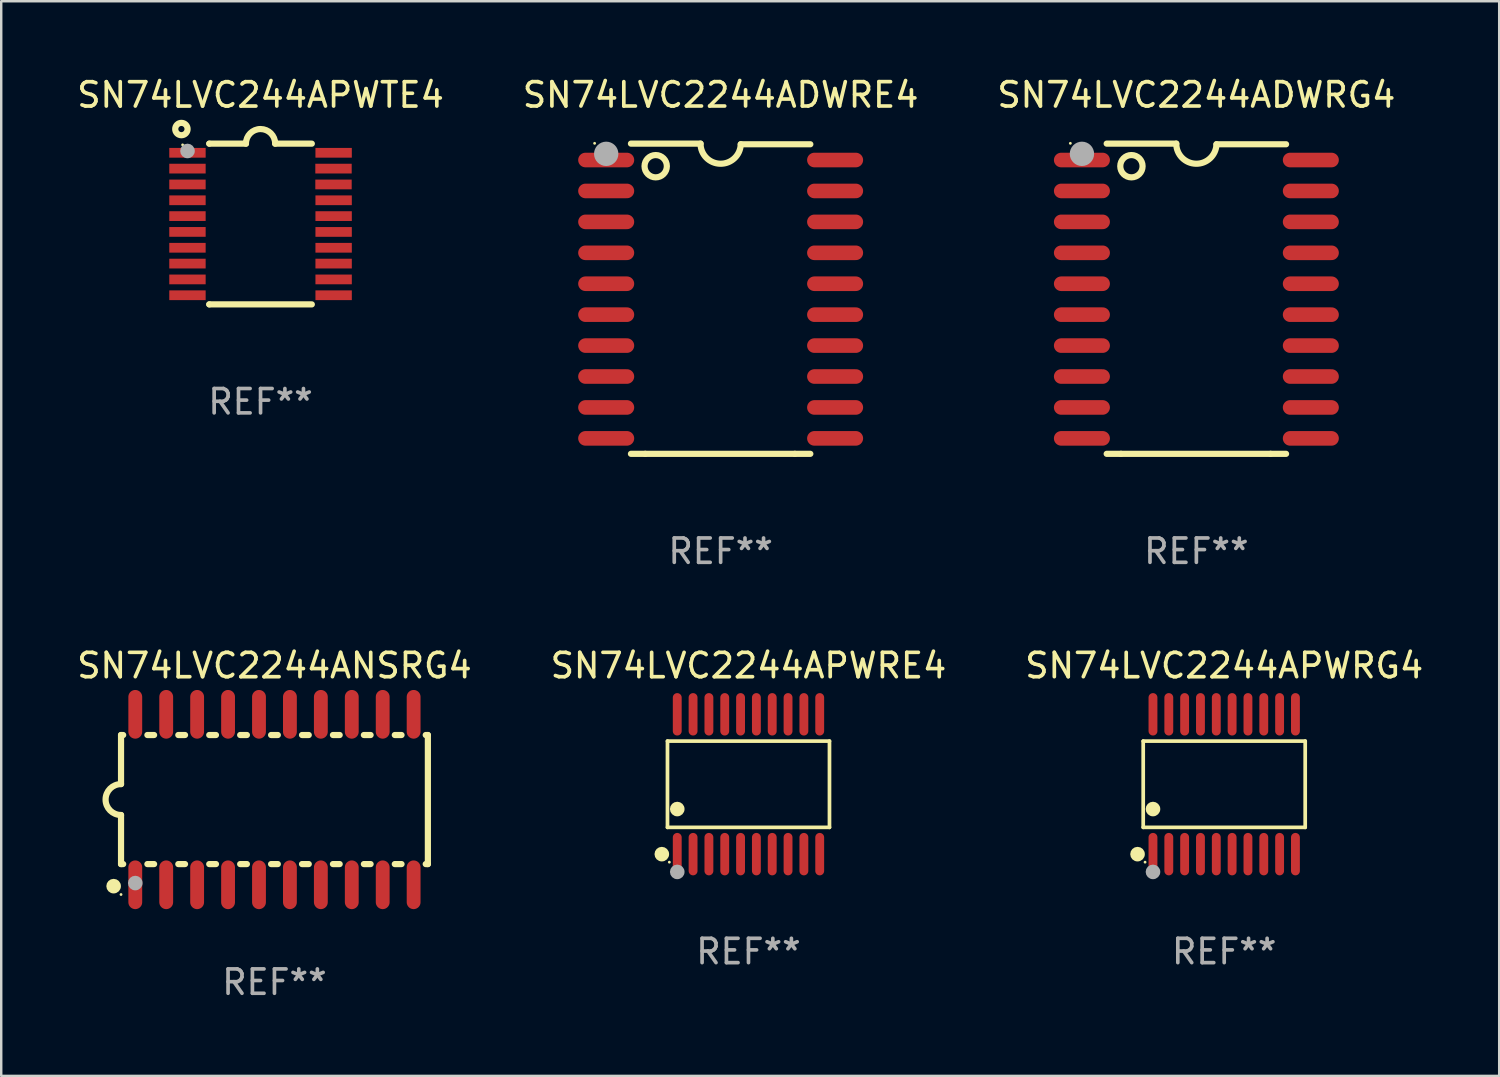
<source format=kicad_pcb>
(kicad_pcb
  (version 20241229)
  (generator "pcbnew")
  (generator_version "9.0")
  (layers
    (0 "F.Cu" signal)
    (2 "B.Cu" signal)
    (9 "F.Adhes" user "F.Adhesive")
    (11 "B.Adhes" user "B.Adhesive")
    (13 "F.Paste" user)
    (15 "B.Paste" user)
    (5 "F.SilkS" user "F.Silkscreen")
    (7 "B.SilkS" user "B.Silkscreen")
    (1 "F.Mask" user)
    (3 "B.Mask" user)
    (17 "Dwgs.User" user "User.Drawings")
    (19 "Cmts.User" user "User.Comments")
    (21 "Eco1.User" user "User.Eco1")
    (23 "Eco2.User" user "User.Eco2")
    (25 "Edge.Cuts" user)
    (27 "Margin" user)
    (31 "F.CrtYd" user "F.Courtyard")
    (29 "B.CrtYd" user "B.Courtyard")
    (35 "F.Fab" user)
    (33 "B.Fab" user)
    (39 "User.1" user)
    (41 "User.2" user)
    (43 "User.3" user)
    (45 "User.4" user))
  (footprint "SN74LVC2244APWRG4"
    (layer "F.Cu")
    (at 47.22 29.153)
    (property "Reference" "SN74LVC2244APWRG4" (at 0 -4.871 0) (layer "F.SilkS") (effects (font (size 1 1) (thickness 0.15))))
    (attr through_hole)
    (fp_line (start -3.326 -1.771) (end 3.326 -1.771) (stroke (width 0.152) (type solid)) (layer "F.SilkS"))
    (fp_line (start -3.326 1.771) (end -3.326 -1.771) (stroke (width 0.152) (type solid)) (layer "F.SilkS"))
    (fp_line (start 3.326 -1.771) (end 3.326 1.771) (stroke (width 0.152) (type solid)) (layer "F.SilkS"))
    (fp_line (start 3.326 1.771) (end -3.326 1.771) (stroke (width 0.152) (type solid)) (layer "F.SilkS"))
    (fp_circle (center -3.559 2.871) (end -3.409 2.871) (stroke (width 0.3) (type solid)) (fill no) (layer "F.SilkS"))
    (fp_circle (center -3.25 3.2) (end -3.22 3.2) (stroke (width 0.06) (type solid)) (fill no) (layer "F.SilkS"))
    (fp_circle (center -2.925 1.019) (end -2.775 1.019) (stroke (width 0.3) (type solid)) (fill no) (layer "F.SilkS"))
    (fp_circle (center -2.925 3.6) (end -2.775 3.6) (stroke (width 0.3) (type solid)) (fill no) (layer "F.Fab"))
    (fp_text user "REF**" (at 0 6.871 0) (layer "F.Fab") (effects (font (size 1 1) (thickness 0.15))))
    (pad "1" smd oval (at -2.925 2.871) (size 0.364 1.742) (layers "F.Cu" "F.Mask" "F.Paste"))
    (pad "2" smd oval (at -2.275 2.871) (size 0.364 1.742) (layers "F.Cu" "F.Mask" "F.Paste"))
    (pad "3" smd oval (at -1.625 2.871) (size 0.364 1.742) (layers "F.Cu" "F.Mask" "F.Paste"))
    (pad "4" smd oval (at -0.975 2.871) (size 0.364 1.742) (layers "F.Cu" "F.Mask" "F.Paste"))
    (pad "5" smd oval (at -0.325 2.871) (size 0.364 1.742) (layers "F.Cu" "F.Mask" "F.Paste"))
    (pad "6" smd oval (at 0.325 2.871) (size 0.364 1.742) (layers "F.Cu" "F.Mask" "F.Paste"))
    (pad "7" smd oval (at 0.975 2.871) (size 0.364 1.742) (layers "F.Cu" "F.Mask" "F.Paste"))
    (pad "8" smd oval (at 1.625 2.871) (size 0.364 1.742) (layers "F.Cu" "F.Mask" "F.Paste"))
    (pad "9" smd oval (at 2.275 2.871) (size 0.364 1.742) (layers "F.Cu" "F.Mask" "F.Paste"))
    (pad "10" smd oval (at 2.925 2.871) (size 0.364 1.742) (layers "F.Cu" "F.Mask" "F.Paste"))
    (pad "11" smd oval (at 2.925 -2.871) (size 0.364 1.742) (layers "F.Cu" "F.Mask" "F.Paste"))
    (pad "12" smd oval (at 2.275 -2.871) (size 0.364 1.742) (layers "F.Cu" "F.Mask" "F.Paste"))
    (pad "13" smd oval (at 1.625 -2.871) (size 0.364 1.742) (layers "F.Cu" "F.Mask" "F.Paste"))
    (pad "14" smd oval (at 0.975 -2.871) (size 0.364 1.742) (layers "F.Cu" "F.Mask" "F.Paste"))
    (pad "15" smd oval (at 0.325 -2.871) (size 0.364 1.742) (layers "F.Cu" "F.Mask" "F.Paste"))
    (pad "16" smd oval (at -0.325 -2.871) (size 0.364 1.742) (layers "F.Cu" "F.Mask" "F.Paste"))
    (pad "17" smd oval (at -0.975 -2.871) (size 0.364 1.742) (layers "F.Cu" "F.Mask" "F.Paste"))
    (pad "18" smd oval (at -1.625 -2.871) (size 0.364 1.742) (layers "F.Cu" "F.Mask" "F.Paste"))
    (pad "19" smd oval (at -2.275 -2.871) (size 0.364 1.742) (layers "F.Cu" "F.Mask" "F.Paste"))
    (pad "20" smd oval (at -2.925 -2.871) (size 0.364 1.742) (layers "F.Cu" "F.Mask" "F.Paste")))
  (footprint "SN74LVC2244ADWRG4"
    (layer "F.Cu")
    (at 46.077 9.217)
    (property "Reference" "SN74LVC2244ADWRG4" (at 0 -8.369 0) (layer "F.SilkS") (effects (font (size 1 1) (thickness 0.15))))
    (attr through_hole)
    (fp_line (start -3.096 6.369) (end -3.683 6.369) (stroke (width 0.254) (type solid)) (layer "F.SilkS"))
    (fp_line (start -0.825 -6.369) (end -3.683 -6.369) (stroke (width 0.254) (type solid)) (layer "F.SilkS"))
    (fp_line (start 0.826 -6.343) (end 3.683 -6.343) (stroke (width 0.254) (type solid)) (layer "F.SilkS"))
    (fp_line (start 3.048 6.369) (end -3.096 6.369) (stroke (width 0.254) (type solid)) (layer "F.SilkS"))
    (fp_line (start 3.048 6.369) (end 3.683 6.369) (stroke (width 0.254) (type solid)) (layer "F.SilkS"))
    (fp_arc (start 0.825527 -6.343129) (mid -0.012478 -5.543126) (end -0.825476 -6.36853) (stroke (width 0.254001) (type solid)) (layer "F.SilkS"))
    (fp_circle (center -5.175 -6.382) (end -5.145 -6.382) (stroke (width 0.06) (type solid)) (fill no) (layer "F.SilkS"))
    (fp_circle (center -2.667 -5.442) (end -2.209 -5.442) (stroke (width 0.254) (type solid)) (fill no) (layer "F.SilkS"))
    (fp_circle (center -4.699 -5.95) (end -4.449 -5.95) (stroke (width 0.5) (type solid)) (fill no) (layer "F.Fab"))
    (fp_text user "REF**" (at 0 10.369 0) (layer "F.Fab") (effects (font (size 1 1) (thickness 0.15))))
    (pad "1" smd oval (at -4.7 -5.696 90) (size 0.6 2.3) (layers "F.Cu" "F.Mask" "F.Paste"))
    (pad "2" smd oval (at -4.7 -4.426 90) (size 0.6 2.3) (layers "F.Cu" "F.Mask" "F.Paste"))
    (pad "3" smd oval (at -4.7 -3.156 90) (size 0.6 2.3) (layers "F.Cu" "F.Mask" "F.Paste"))
    (pad "4" smd oval (at -4.7 -1.886 90) (size 0.6 2.3) (layers "F.Cu" "F.Mask" "F.Paste"))
    (pad "5" smd oval (at -4.7 -0.616 90) (size 0.6 2.3) (layers "F.Cu" "F.Mask" "F.Paste"))
    (pad "6" smd oval (at -4.7 0.654 90) (size 0.6 2.3) (layers "F.Cu" "F.Mask" "F.Paste"))
    (pad "7" smd oval (at -4.7 1.924 90) (size 0.6 2.3) (layers "F.Cu" "F.Mask" "F.Paste"))
    (pad "8" smd oval (at -4.7 3.194 90) (size 0.6 2.3) (layers "F.Cu" "F.Mask" "F.Paste"))
    (pad "9" smd oval (at -4.7 4.464 90) (size 0.6 2.3) (layers "F.Cu" "F.Mask" "F.Paste"))
    (pad "10" smd oval (at -4.7 5.734 90) (size 0.6 2.3) (layers "F.Cu" "F.Mask" "F.Paste"))
    (pad "11" smd oval (at 4.7 5.734 90) (size 0.6 2.3) (layers "F.Cu" "F.Mask" "F.Paste"))
    (pad "12" smd oval (at 4.7 4.464 90) (size 0.6 2.3) (layers "F.Cu" "F.Mask" "F.Paste"))
    (pad "13" smd oval (at 4.7 3.194 90) (size 0.6 2.3) (layers "F.Cu" "F.Mask" "F.Paste"))
    (pad "14" smd oval (at 4.7 1.924 90) (size 0.6 2.3) (layers "F.Cu" "F.Mask" "F.Paste"))
    (pad "15" smd oval (at 4.7 0.654 90) (size 0.6 2.3) (layers "F.Cu" "F.Mask" "F.Paste"))
    (pad "16" smd oval (at 4.7 -0.616 90) (size 0.6 2.3) (layers "F.Cu" "F.Mask" "F.Paste"))
    (pad "17" smd oval (at 4.7 -1.886 90) (size 0.6 2.3) (layers "F.Cu" "F.Mask" "F.Paste"))
    (pad "18" smd oval (at 4.7 -3.156 90) (size 0.6 2.3) (layers "F.Cu" "F.Mask" "F.Paste"))
    (pad "19" smd oval (at 4.7 -4.426 90) (size 0.6 2.3) (layers "F.Cu" "F.Mask" "F.Paste"))
    (pad "20" smd oval (at 4.7 -5.696 90) (size 0.6 2.3) (layers "F.Cu" "F.Mask" "F.Paste")))
  (footprint "SN74LVC2244ADWRE4"
    (layer "F.Cu")
    (at 26.542 9.217)
    (property "Reference" "SN74LVC2244ADWRE4" (at 0 -8.369 0) (layer "F.SilkS") (effects (font (size 1 1) (thickness 0.15))))
    (attr through_hole)
    (fp_line (start -3.096 6.369) (end -3.683 6.369) (stroke (width 0.254) (type solid)) (layer "F.SilkS"))
    (fp_line (start -0.825 -6.369) (end -3.683 -6.369) (stroke (width 0.254) (type solid)) (layer "F.SilkS"))
    (fp_line (start 0.826 -6.343) (end 3.683 -6.343) (stroke (width 0.254) (type solid)) (layer "F.SilkS"))
    (fp_line (start 3.048 6.369) (end -3.096 6.369) (stroke (width 0.254) (type solid)) (layer "F.SilkS"))
    (fp_line (start 3.048 6.369) (end 3.683 6.369) (stroke (width 0.254) (type solid)) (layer "F.SilkS"))
    (fp_arc (start 0.825527 -6.343129) (mid -0.012478 -5.543126) (end -0.825476 -6.36853) (stroke (width 0.254001) (type solid)) (layer "F.SilkS"))
    (fp_circle (center -5.175 -6.382) (end -5.145 -6.382) (stroke (width 0.06) (type solid)) (fill no) (layer "F.SilkS"))
    (fp_circle (center -2.667 -5.442) (end -2.209 -5.442) (stroke (width 0.254) (type solid)) (fill no) (layer "F.SilkS"))
    (fp_circle (center -4.699 -5.95) (end -4.449 -5.95) (stroke (width 0.5) (type solid)) (fill no) (layer "F.Fab"))
    (fp_text user "REF**" (at 0 10.369 0) (layer "F.Fab") (effects (font (size 1 1) (thickness 0.15))))
    (pad "1" smd oval (at -4.7 -5.696 90) (size 0.6 2.3) (layers "F.Cu" "F.Mask" "F.Paste"))
    (pad "2" smd oval (at -4.7 -4.426 90) (size 0.6 2.3) (layers "F.Cu" "F.Mask" "F.Paste"))
    (pad "3" smd oval (at -4.7 -3.156 90) (size 0.6 2.3) (layers "F.Cu" "F.Mask" "F.Paste"))
    (pad "4" smd oval (at -4.7 -1.886 90) (size 0.6 2.3) (layers "F.Cu" "F.Mask" "F.Paste"))
    (pad "5" smd oval (at -4.7 -0.616 90) (size 0.6 2.3) (layers "F.Cu" "F.Mask" "F.Paste"))
    (pad "6" smd oval (at -4.7 0.654 90) (size 0.6 2.3) (layers "F.Cu" "F.Mask" "F.Paste"))
    (pad "7" smd oval (at -4.7 1.924 90) (size 0.6 2.3) (layers "F.Cu" "F.Mask" "F.Paste"))
    (pad "8" smd oval (at -4.7 3.194 90) (size 0.6 2.3) (layers "F.Cu" "F.Mask" "F.Paste"))
    (pad "9" smd oval (at -4.7 4.464 90) (size 0.6 2.3) (layers "F.Cu" "F.Mask" "F.Paste"))
    (pad "10" smd oval (at -4.7 5.734 90) (size 0.6 2.3) (layers "F.Cu" "F.Mask" "F.Paste"))
    (pad "11" smd oval (at 4.7 5.734 90) (size 0.6 2.3) (layers "F.Cu" "F.Mask" "F.Paste"))
    (pad "12" smd oval (at 4.7 4.464 90) (size 0.6 2.3) (layers "F.Cu" "F.Mask" "F.Paste"))
    (pad "13" smd oval (at 4.7 3.194 90) (size 0.6 2.3) (layers "F.Cu" "F.Mask" "F.Paste"))
    (pad "14" smd oval (at 4.7 1.924 90) (size 0.6 2.3) (layers "F.Cu" "F.Mask" "F.Paste"))
    (pad "15" smd oval (at 4.7 0.654 90) (size 0.6 2.3) (layers "F.Cu" "F.Mask" "F.Paste"))
    (pad "16" smd oval (at 4.7 -0.616 90) (size 0.6 2.3) (layers "F.Cu" "F.Mask" "F.Paste"))
    (pad "17" smd oval (at 4.7 -1.886 90) (size 0.6 2.3) (layers "F.Cu" "F.Mask" "F.Paste"))
    (pad "18" smd oval (at 4.7 -3.156 90) (size 0.6 2.3) (layers "F.Cu" "F.Mask" "F.Paste"))
    (pad "19" smd oval (at 4.7 -4.426 90) (size 0.6 2.3) (layers "F.Cu" "F.Mask" "F.Paste"))
    (pad "20" smd oval (at 4.7 -5.696 90) (size 0.6 2.3) (layers "F.Cu" "F.Mask" "F.Paste")))
  (footprint "SN74LVC2244APWRE4"
    (layer "F.Cu")
    (at 27.685 29.153)
    (property "Reference" "SN74LVC2244APWRE4" (at 0 -4.871 0) (layer "F.SilkS") (effects (font (size 1 1) (thickness 0.15))))
    (attr through_hole)
    (fp_line (start -3.326 -1.771) (end 3.326 -1.771) (stroke (width 0.152) (type solid)) (layer "F.SilkS"))
    (fp_line (start -3.326 1.771) (end -3.326 -1.771) (stroke (width 0.152) (type solid)) (layer "F.SilkS"))
    (fp_line (start 3.326 -1.771) (end 3.326 1.771) (stroke (width 0.152) (type solid)) (layer "F.SilkS"))
    (fp_line (start 3.326 1.771) (end -3.326 1.771) (stroke (width 0.152) (type solid)) (layer "F.SilkS"))
    (fp_circle (center -3.559 2.871) (end -3.409 2.871) (stroke (width 0.3) (type solid)) (fill no) (layer "F.SilkS"))
    (fp_circle (center -3.25 3.2) (end -3.22 3.2) (stroke (width 0.06) (type solid)) (fill no) (layer "F.SilkS"))
    (fp_circle (center -2.925 1.019) (end -2.775 1.019) (stroke (width 0.3) (type solid)) (fill no) (layer "F.SilkS"))
    (fp_circle (center -2.925 3.6) (end -2.775 3.6) (stroke (width 0.3) (type solid)) (fill no) (layer "F.Fab"))
    (fp_text user "REF**" (at 0 6.871 0) (layer "F.Fab") (effects (font (size 1 1) (thickness 0.15))))
    (pad "1" smd oval (at -2.925 2.871) (size 0.364 1.742) (layers "F.Cu" "F.Mask" "F.Paste"))
    (pad "2" smd oval (at -2.275 2.871) (size 0.364 1.742) (layers "F.Cu" "F.Mask" "F.Paste"))
    (pad "3" smd oval (at -1.625 2.871) (size 0.364 1.742) (layers "F.Cu" "F.Mask" "F.Paste"))
    (pad "4" smd oval (at -0.975 2.871) (size 0.364 1.742) (layers "F.Cu" "F.Mask" "F.Paste"))
    (pad "5" smd oval (at -0.325 2.871) (size 0.364 1.742) (layers "F.Cu" "F.Mask" "F.Paste"))
    (pad "6" smd oval (at 0.325 2.871) (size 0.364 1.742) (layers "F.Cu" "F.Mask" "F.Paste"))
    (pad "7" smd oval (at 0.975 2.871) (size 0.364 1.742) (layers "F.Cu" "F.Mask" "F.Paste"))
    (pad "8" smd oval (at 1.625 2.871) (size 0.364 1.742) (layers "F.Cu" "F.Mask" "F.Paste"))
    (pad "9" smd oval (at 2.275 2.871) (size 0.364 1.742) (layers "F.Cu" "F.Mask" "F.Paste"))
    (pad "10" smd oval (at 2.925 2.871) (size 0.364 1.742) (layers "F.Cu" "F.Mask" "F.Paste"))
    (pad "11" smd oval (at 2.925 -2.871) (size 0.364 1.742) (layers "F.Cu" "F.Mask" "F.Paste"))
    (pad "12" smd oval (at 2.275 -2.871) (size 0.364 1.742) (layers "F.Cu" "F.Mask" "F.Paste"))
    (pad "13" smd oval (at 1.625 -2.871) (size 0.364 1.742) (layers "F.Cu" "F.Mask" "F.Paste"))
    (pad "14" smd oval (at 0.975 -2.871) (size 0.364 1.742) (layers "F.Cu" "F.Mask" "F.Paste"))
    (pad "15" smd oval (at 0.325 -2.871) (size 0.364 1.742) (layers "F.Cu" "F.Mask" "F.Paste"))
    (pad "16" smd oval (at -0.325 -2.871) (size 0.364 1.742) (layers "F.Cu" "F.Mask" "F.Paste"))
    (pad "17" smd oval (at -0.975 -2.871) (size 0.364 1.742) (layers "F.Cu" "F.Mask" "F.Paste"))
    (pad "18" smd oval (at -1.625 -2.871) (size 0.364 1.742) (layers "F.Cu" "F.Mask" "F.Paste"))
    (pad "19" smd oval (at -2.275 -2.871) (size 0.364 1.742) (layers "F.Cu" "F.Mask" "F.Paste"))
    (pad "20" smd oval (at -2.925 -2.871) (size 0.364 1.742) (layers "F.Cu" "F.Mask" "F.Paste")))
  (footprint "SN74LVC244APWTE4"
    (layer "F.Cu")
    (at 7.649 6.149)
    (property "Reference" "SN74LVC244APWTE4" (at 0 -5.3 0) (layer "F.SilkS") (effects (font (size 1 1) (thickness 0.15))))
    (attr through_hole)
    (fp_line (start -2.105 -3.3) (end -2.105 -3.3) (stroke (width 0.254) (type solid)) (layer "F.SilkS"))
    (fp_line (start -2.105 -3.3) (end -0.6 -3.3) (stroke (width 0.254) (type solid)) (layer "F.SilkS"))
    (fp_line (start -2.105 3.3) (end -2.105 3.3) (stroke (width 0.254) (type solid)) (layer "F.SilkS"))
    (fp_line (start 0.6 -3.3) (end 2.105 -3.3) (stroke (width 0.254) (type solid)) (layer "F.SilkS"))
    (fp_line (start 2.105 3.3) (end -2.105 3.3) (stroke (width 0.254) (type solid)) (layer "F.SilkS"))
    (fp_arc (start -0.599924 -3.300026) (mid 0.000114 -3.897415) (end 0.600152 -3.300025) (stroke (width 0.254001) (type solid)) (layer "F.SilkS"))
    (fp_circle (center -3.25 -3.9) (end -2.996 -3.9) (stroke (width 0.254) (type solid)) (fill no) (layer "F.SilkS"))
    (fp_circle (center -3.2 -3.25) (end -3.17 -3.25) (stroke (width 0.06) (type solid)) (fill no) (layer "F.SilkS"))
    (fp_circle (center -3 -3) (end -2.85 -3) (stroke (width 0.3) (type solid)) (fill no) (layer "F.Fab"))
    (fp_text user "REF**" (at 0 7.3 0) (layer "F.Fab") (effects (font (size 1 1) (thickness 0.15))))
    (pad "1" smd rect (at -3.001 -2.925 270) (size 0.4 1.494) (layers "F.Cu" "F.Mask" "F.Paste"))
    (pad "2" smd rect (at -3.001 -2.275 270) (size 0.4 1.494) (layers "F.Cu" "F.Mask" "F.Paste"))
    (pad "3" smd rect (at -3.001 -1.625 270) (size 0.4 1.494) (layers "F.Cu" "F.Mask" "F.Paste"))
    (pad "4" smd rect (at -3.001 -0.975 270) (size 0.4 1.494) (layers "F.Cu" "F.Mask" "F.Paste"))
    (pad "5" smd rect (at -3.001 -0.325 270) (size 0.4 1.494) (layers "F.Cu" "F.Mask" "F.Paste"))
    (pad "6" smd rect (at -3.001 0.324 270) (size 0.4 1.494) (layers "F.Cu" "F.Mask" "F.Paste"))
    (pad "7" smd rect (at -3.001 0.975 270) (size 0.4 1.494) (layers "F.Cu" "F.Mask" "F.Paste"))
    (pad "8" smd rect (at -3.001 1.625 270) (size 0.4 1.494) (layers "F.Cu" "F.Mask" "F.Paste"))
    (pad "9" smd rect (at -3.001 2.275 270) (size 0.4 1.494) (layers "F.Cu" "F.Mask" "F.Paste"))
    (pad "10" smd rect (at -3.001 2.925 270) (size 0.4 1.494) (layers "F.Cu" "F.Mask" "F.Paste"))
    (pad "11" smd rect (at 3.001 2.925 270) (size 0.4 1.494) (layers "F.Cu" "F.Mask" "F.Paste"))
    (pad "12" smd rect (at 3.001 2.275 270) (size 0.4 1.494) (layers "F.Cu" "F.Mask" "F.Paste"))
    (pad "13" smd rect (at 3.001 1.625 270) (size 0.4 1.494) (layers "F.Cu" "F.Mask" "F.Paste"))
    (pad "14" smd rect (at 3.001 0.975 270) (size 0.4 1.494) (layers "F.Cu" "F.Mask" "F.Paste"))
    (pad "15" smd rect (at 3.001 0.325 270) (size 0.4 1.494) (layers "F.Cu" "F.Mask" "F.Paste"))
    (pad "16" smd rect (at 3.001 -0.325 270) (size 0.4 1.494) (layers "F.Cu" "F.Mask" "F.Paste"))
    (pad "17" smd rect (at 3.001 -0.975 270) (size 0.4 1.494) (layers "F.Cu" "F.Mask" "F.Paste"))
    (pad "18" smd rect (at 2.996 -1.625 270) (size 0.4 1.494) (layers "F.Cu" "F.Mask" "F.Paste"))
    (pad "19" smd rect (at 2.996 -2.275 270) (size 0.4 1.494) (layers "F.Cu" "F.Mask" "F.Paste"))
    (pad "20" smd rect (at 3.001 -2.925 270) (size 0.4 1.494) (layers "F.Cu" "F.Mask" "F.Paste")))
  (footprint "SN74LVC2244ANSRG4"
    (layer "F.Cu")
    (at 8.22 29.782)
    (property "Reference" "SN74LVC2244ANSRG4" (at 0 -5.5 0) (layer "F.SilkS") (effects (font (size 1 1) (thickness 0.15))))
    (attr through_hole)
    (fp_line (start -6.3 -2.65) (end -6.3 -0.635) (stroke (width 0.254) (type solid)) (layer "F.SilkS"))
    (fp_line (start -6.3 -2.65) (end -6.212 -2.65) (stroke (width 0.254) (type solid)) (layer "F.SilkS"))
    (fp_line (start -6.3 2.65) (end -6.3 0.635) (stroke (width 0.254) (type solid)) (layer "F.SilkS"))
    (fp_line (start -6.3 2.65) (end -6.212 2.65) (stroke (width 0.254) (type solid)) (layer "F.SilkS"))
    (fp_line (start -5.218 -2.65) (end -4.942 -2.65) (stroke (width 0.254) (type solid)) (layer "F.SilkS"))
    (fp_line (start -5.218 2.65) (end -4.942 2.65) (stroke (width 0.254) (type solid)) (layer "F.SilkS"))
    (fp_line (start -3.948 -2.65) (end -3.672 -2.65) (stroke (width 0.254) (type solid)) (layer "F.SilkS"))
    (fp_line (start -3.948 2.65) (end -3.672 2.65) (stroke (width 0.254) (type solid)) (layer "F.SilkS"))
    (fp_line (start -2.678 -2.65) (end -2.402 -2.65) (stroke (width 0.254) (type solid)) (layer "F.SilkS"))
    (fp_line (start -2.678 2.65) (end -2.402 2.65) (stroke (width 0.254) (type solid)) (layer "F.SilkS"))
    (fp_line (start -1.408 -2.65) (end -1.132 -2.65) (stroke (width 0.254) (type solid)) (layer "F.SilkS"))
    (fp_line (start -1.408 2.65) (end -1.132 2.65) (stroke (width 0.254) (type solid)) (layer "F.SilkS"))
    (fp_line (start -0.138 -2.65) (end 0.138 -2.65) (stroke (width 0.254) (type solid)) (layer "F.SilkS"))
    (fp_line (start -0.138 2.65) (end 0.138 2.65) (stroke (width 0.254) (type solid)) (layer "F.SilkS"))
    (fp_line (start 1.132 -2.65) (end 1.408 -2.65) (stroke (width 0.254) (type solid)) (layer "F.SilkS"))
    (fp_line (start 1.132 2.65) (end 1.408 2.65) (stroke (width 0.254) (type solid)) (layer "F.SilkS"))
    (fp_line (start 2.402 -2.65) (end 2.678 -2.65) (stroke (width 0.254) (type solid)) (layer "F.SilkS"))
    (fp_line (start 2.402 2.65) (end 2.678 2.65) (stroke (width 0.254) (type solid)) (layer "F.SilkS"))
    (fp_line (start 3.672 -2.65) (end 3.948 -2.65) (stroke (width 0.254) (type solid)) (layer "F.SilkS"))
    (fp_line (start 3.672 2.65) (end 3.948 2.65) (stroke (width 0.254) (type solid)) (layer "F.SilkS"))
    (fp_line (start 4.942 -2.65) (end 5.218 -2.65) (stroke (width 0.254) (type solid)) (layer "F.SilkS"))
    (fp_line (start 4.942 2.65) (end 5.218 2.65) (stroke (width 0.254) (type solid)) (layer "F.SilkS"))
    (fp_line (start 6.212 -2.65) (end 6.3 -2.65) (stroke (width 0.254) (type solid)) (layer "F.SilkS"))
    (fp_line (start 6.212 2.65) (end 6.3 2.65) (stroke (width 0.254) (type solid)) (layer "F.SilkS"))
    (fp_line (start 6.3 -2.65) (end 6.3 2.65) (stroke (width 0.254) (type solid)) (layer "F.SilkS"))
    (fp_arc (start -6.299975 0.634874) (mid -6.933579 0.000127) (end -6.299213 -0.633858) (stroke (width 0.254001) (type solid)) (layer "F.SilkS"))
    (fp_circle (center -6.604 3.556) (end -6.454 3.556) (stroke (width 0.3) (type solid)) (fill no) (layer "F.SilkS"))
    (fp_circle (center -6.3 3.9) (end -6.27 3.9) (stroke (width 0.06) (type solid)) (fill no) (layer "F.SilkS"))
    (fp_circle (center -5.715 3.429) (end -5.565 3.429) (stroke (width 0.3) (type solid)) (fill no) (layer "F.Fab"))
    (fp_text user "REF**" (at 0 7.5 0) (layer "F.Fab") (effects (font (size 1 1) (thickness 0.15))))
    (pad "1" smd oval (at -5.715 3.5) (size 0.568 2) (layers "F.Cu" "F.Mask" "F.Paste"))
    (pad "2" smd oval (at -4.445 3.5) (size 0.568 2) (layers "F.Cu" "F.Mask" "F.Paste"))
    (pad "3" smd oval (at -3.175 3.5) (size 0.568 2) (layers "F.Cu" "F.Mask" "F.Paste"))
    (pad "4" smd oval (at -1.905 3.5) (size 0.568 2) (layers "F.Cu" "F.Mask" "F.Paste"))
    (pad "5" smd oval (at -0.635 3.5) (size 0.568 2) (layers "F.Cu" "F.Mask" "F.Paste"))
    (pad "6" smd oval (at 0.635 3.5) (size 0.568 2) (layers "F.Cu" "F.Mask" "F.Paste"))
    (pad "7" smd oval (at 1.905 3.5) (size 0.568 2) (layers "F.Cu" "F.Mask" "F.Paste"))
    (pad "8" smd oval (at 3.175 3.5) (size 0.568 2) (layers "F.Cu" "F.Mask" "F.Paste"))
    (pad "9" smd oval (at 4.445 3.5) (size 0.568 2) (layers "F.Cu" "F.Mask" "F.Paste"))
    (pad "10" smd oval (at 5.715 3.5) (size 0.568 2) (layers "F.Cu" "F.Mask" "F.Paste"))
    (pad "11" smd oval (at 5.715 -3.5) (size 0.568 2) (layers "F.Cu" "F.Mask" "F.Paste"))
    (pad "12" smd oval (at 4.445 -3.5) (size 0.568 2) (layers "F.Cu" "F.Mask" "F.Paste"))
    (pad "13" smd oval (at 3.175 -3.5) (size 0.568 2) (layers "F.Cu" "F.Mask" "F.Paste"))
    (pad "14" smd oval (at 1.905 -3.5) (size 0.568 2) (layers "F.Cu" "F.Mask" "F.Paste"))
    (pad "15" smd oval (at 0.635 -3.5) (size 0.568 2) (layers "F.Cu" "F.Mask" "F.Paste"))
    (pad "16" smd oval (at -0.635 -3.5) (size 0.568 2) (layers "F.Cu" "F.Mask" "F.Paste"))
    (pad "17" smd oval (at -1.905 -3.5) (size 0.568 2) (layers "F.Cu" "F.Mask" "F.Paste"))
    (pad "18" smd oval (at -3.175 -3.5) (size 0.568 2) (layers "F.Cu" "F.Mask" "F.Paste"))
    (pad "19" smd oval (at -4.445 -3.5) (size 0.568 2) (layers "F.Cu" "F.Mask" "F.Paste"))
    (pad "20" smd oval (at -5.715 -3.5) (size 0.568 2) (layers "F.Cu" "F.Mask" "F.Paste")))
  (gr_rect
    (start -3 -3)
    (end 58.512 41.13)
    (stroke (width 0.1) (type default))
    (fill no)
    (layer "Edge.Cuts")))
</source>
